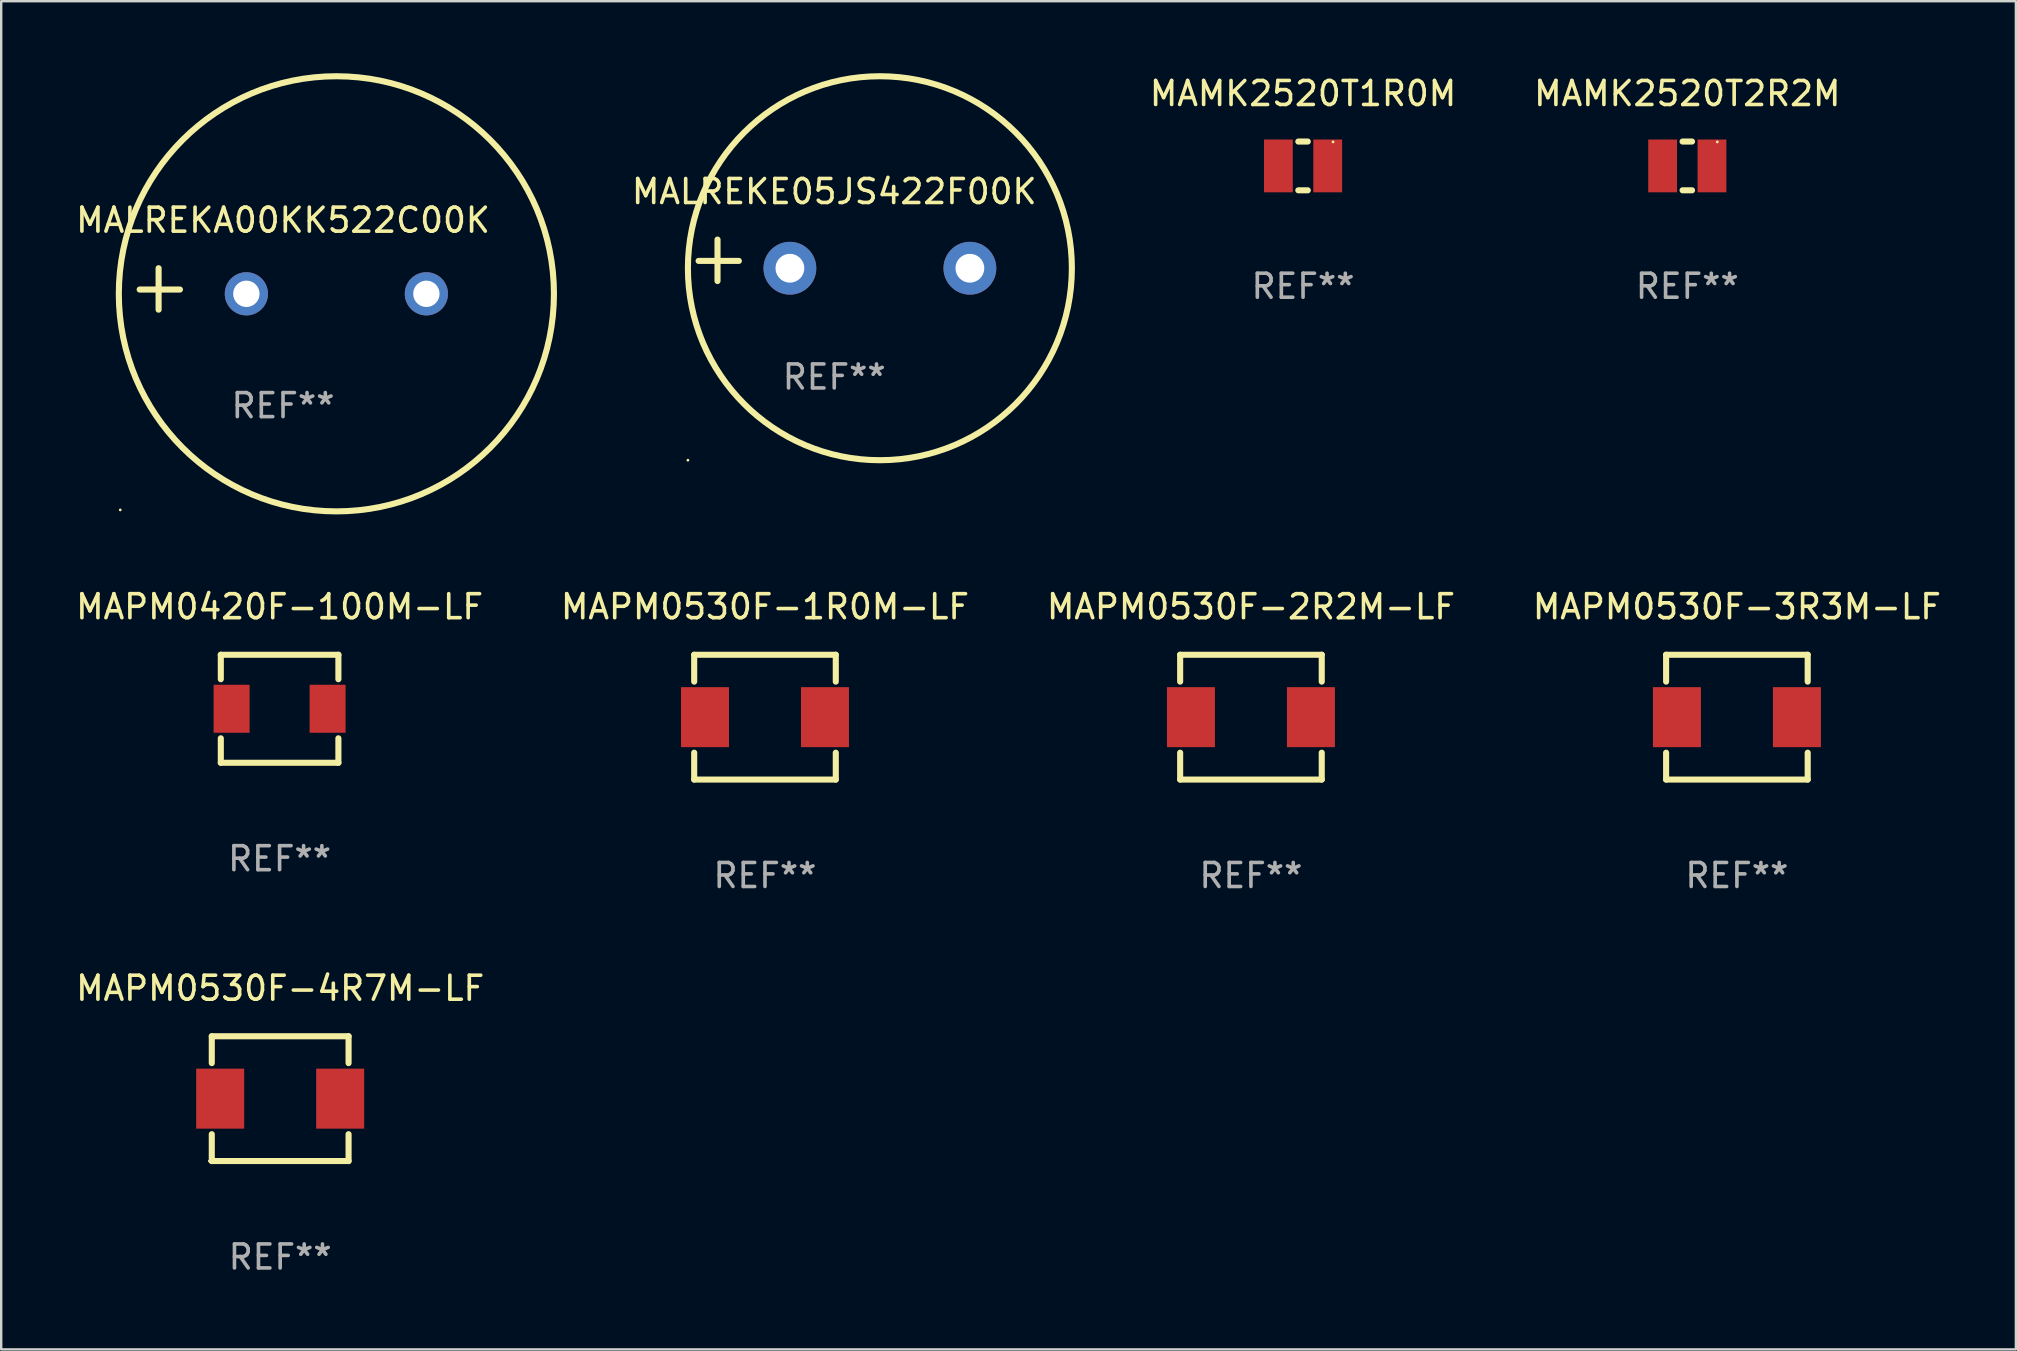
<source format=kicad_pcb>
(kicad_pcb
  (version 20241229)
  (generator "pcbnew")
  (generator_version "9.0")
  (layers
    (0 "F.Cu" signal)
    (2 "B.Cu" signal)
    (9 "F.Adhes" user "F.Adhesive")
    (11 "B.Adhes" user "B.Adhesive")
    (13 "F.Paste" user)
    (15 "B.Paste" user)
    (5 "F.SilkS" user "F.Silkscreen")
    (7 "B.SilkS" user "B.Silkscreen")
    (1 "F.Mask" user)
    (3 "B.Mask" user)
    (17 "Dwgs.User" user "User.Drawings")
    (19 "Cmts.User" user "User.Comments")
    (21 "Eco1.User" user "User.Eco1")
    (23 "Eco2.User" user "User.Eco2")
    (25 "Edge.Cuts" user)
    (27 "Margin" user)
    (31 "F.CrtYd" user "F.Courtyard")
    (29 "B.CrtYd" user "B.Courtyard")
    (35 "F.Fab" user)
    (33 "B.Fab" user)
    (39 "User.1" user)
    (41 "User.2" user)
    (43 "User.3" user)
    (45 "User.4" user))
  (footprint "MAPM0530F-3R3M-LF"
    (layer "F.Cu")
    (at 69.327 26.834)
    (property "Reference" "MAPM0530F-3R3M-LF" (at 0 -4.6 0) (layer "F.SilkS") (effects (font (size 1 1) (thickness 0.15))))
    (attr through_hole)
    (fp_line (start -2.95 -2.6) (end -2.95 -1.481) (stroke (width 0.254) (type solid)) (layer "F.SilkS"))
    (fp_line (start -2.95 -2.6) (end 2.95 -2.6) (stroke (width 0.254) (type solid)) (layer "F.SilkS"))
    (fp_line (start -2.95 1.481) (end -2.95 2.6) (stroke (width 0.254) (type solid)) (layer "F.SilkS"))
    (fp_line (start -2.95 2.6) (end 2.95 2.6) (stroke (width 0.254) (type solid)) (layer "F.SilkS"))
    (fp_line (start 2.95 -2.6) (end 2.95 -1.481) (stroke (width 0.254) (type solid)) (layer "F.SilkS"))
    (fp_line (start 2.95 1.481) (end 2.95 2.6) (stroke (width 0.254) (type solid)) (layer "F.SilkS"))
    (fp_circle (center -2.95 2.6) (end -2.92 2.6) (stroke (width 0.06) (type solid)) (fill no) (layer "F.SilkS"))
    (fp_text user "REF**" (at 0 6.6 0) (layer "F.Fab") (effects (font (size 1 1) (thickness 0.15))))
    (pad "1" smd rect (at -2.5 0 180) (size 2 2.5) (layers "F.Cu" "F.Mask" "F.Paste"))
    (pad "2" smd rect (at 2.5 0 180) (size 2 2.5) (layers "F.Cu" "F.Mask" "F.Paste")))
  (footprint "MAMK2520T2R2M"
    (layer "F.Cu")
    (at 67.26 3.864)
    (property "Reference" "MAMK2520T2R2M" (at 0 -3.016 0) (layer "F.SilkS") (effects (font (size 1 1) (thickness 0.15))))
    (attr through_hole)
    (fp_line (start -0.197 1.016) (end 0.197 1.016) (stroke (width 0.254) (type solid)) (layer "F.SilkS"))
    (fp_line (start 0.197 -1.016) (end -0.197 -1.016) (stroke (width 0.254) (type solid)) (layer "F.SilkS"))
    (fp_circle (center 1.25 -1) (end 1.28 -1) (stroke (width 0.06) (type solid)) (fill no) (layer "F.SilkS"))
    (fp_text user "REF**" (at 0 5.016 0) (layer "F.Fab") (effects (font (size 1 1) (thickness 0.15))))
    (pad "1" smd rect (at 1.028 0) (size 1.2 2.2) (layers "F.Cu" "F.Mask" "F.Paste"))
    (pad "2" smd rect (at -1.028 0) (size 1.2 2.2) (layers "F.Cu" "F.Mask" "F.Paste")))
  (footprint "MAPM0530F-4R7M-LF"
    (layer "F.Cu")
    (at 8.625 42.731)
    (property "Reference" "MAPM0530F-4R7M-LF" (at 0 -4.6 0) (layer "F.SilkS") (effects (font (size 1 1) (thickness 0.15))))
    (attr through_hole)
    (fp_line (start -2.85 -2.6) (end -2.85 -1.481) (stroke (width 0.254) (type solid)) (layer "F.SilkS"))
    (fp_line (start -2.85 1.481) (end -2.85 2.6) (stroke (width 0.254) (type solid)) (layer "F.SilkS"))
    (fp_line (start -2.85 2.6) (end 2.85 2.6) (stroke (width 0.254) (type solid)) (layer "F.SilkS"))
    (fp_line (start 2.85 -2.6) (end -2.85 -2.6) (stroke (width 0.254) (type solid)) (layer "F.SilkS"))
    (fp_line (start 2.85 -1.481) (end 2.85 -2.6) (stroke (width 0.254) (type solid)) (layer "F.SilkS"))
    (fp_line (start 2.85 2.6) (end 2.85 1.481) (stroke (width 0.254) (type solid)) (layer "F.SilkS"))
    (fp_circle (center -2.95 2.6) (end -2.92 2.6) (stroke (width 0.06) (type solid)) (fill no) (layer "F.SilkS"))
    (fp_text user "REF**" (at 0 6.6 0) (layer "F.Fab") (effects (font (size 1 1) (thickness 0.15))))
    (pad "1" smd rect (at -2.5 0) (size 2 2.5) (layers "F.Cu" "F.Mask" "F.Paste"))
    (pad "2" smd rect (at 2.5 0) (size 2 2.5) (layers "F.Cu" "F.Mask" "F.Paste")))
  (footprint "MALREKE05JS422F00K"
    (layer "F.Cu")
    (at 31.713 7.797)
    (property "Reference" "MALREKE05JS422F00K" (at 0 -2.864 0) (layer "F.SilkS") (effects (font (size 1 1) (thickness 0.15))))
    (attr through_hole)
    (fp_line (start -4.864 0.864) (end -4.864 -0.864) (stroke (width 0.254) (type solid)) (layer "F.SilkS"))
    (fp_line (start -3.975 0.025) (end -5.652 0.025) (stroke (width 0.254) (type solid)) (layer "F.SilkS"))
    (fp_circle (center -6.098 8.33) (end -6.068 8.33) (stroke (width 0.06) (type solid)) (fill no) (layer "F.SilkS"))
    (fp_circle (center 1.902 0.33) (end 9.902 0.33) (stroke (width 0.254) (type solid)) (fill no) (layer "F.SilkS"))
    (fp_text user "REF**" (at 0 4.864 0) (layer "F.Fab") (effects (font (size 1 1) (thickness 0.15))))
    (pad "1" thru_hole circle (at -1.848 0.33) (size 2.2 2.2) (drill 1.2) (layers "*.Cu" "*.Mask"))
    (pad "2" thru_hole circle (at 5.652 0.33) (size 2.2 2.2) (drill 1.2) (layers "*.Cu" "*.Mask")))
  (footprint "MAPM0530F-1R0M-LF"
    (layer "F.Cu")
    (at 28.827 26.834)
    (property "Reference" "MAPM0530F-1R0M-LF" (at 0 -4.6 0) (layer "F.SilkS") (effects (font (size 1 1) (thickness 0.15))))
    (attr through_hole)
    (fp_line (start -2.95 -2.6) (end -2.95 -1.481) (stroke (width 0.254) (type solid)) (layer "F.SilkS"))
    (fp_line (start -2.95 -2.6) (end 2.95 -2.6) (stroke (width 0.254) (type solid)) (layer "F.SilkS"))
    (fp_line (start -2.95 1.481) (end -2.95 2.6) (stroke (width 0.254) (type solid)) (layer "F.SilkS"))
    (fp_line (start -2.95 2.6) (end 2.95 2.6) (stroke (width 0.254) (type solid)) (layer "F.SilkS"))
    (fp_line (start 2.95 -2.6) (end 2.95 -1.481) (stroke (width 0.254) (type solid)) (layer "F.SilkS"))
    (fp_line (start 2.95 1.481) (end 2.95 2.6) (stroke (width 0.254) (type solid)) (layer "F.SilkS"))
    (fp_circle (center -2.95 2.6) (end -2.92 2.6) (stroke (width 0.06) (type solid)) (fill no) (layer "F.SilkS"))
    (fp_text user "REF**" (at 0 6.6 0) (layer "F.Fab") (effects (font (size 1 1) (thickness 0.15))))
    (pad "1" smd rect (at -2.5 0 180) (size 2 2.5) (layers "F.Cu" "F.Mask" "F.Paste"))
    (pad "2" smd rect (at 2.5 0 180) (size 2 2.5) (layers "F.Cu" "F.Mask" "F.Paste")))
  (footprint "MAMK2520T1R0M"
    (layer "F.Cu")
    (at 51.248 3.864)
    (property "Reference" "MAMK2520T1R0M" (at 0 -3.016 0) (layer "F.SilkS") (effects (font (size 1 1) (thickness 0.15))))
    (attr through_hole)
    (fp_line (start -0.197 1.016) (end 0.197 1.016) (stroke (width 0.254) (type solid)) (layer "F.SilkS"))
    (fp_line (start 0.197 -1.016) (end -0.197 -1.016) (stroke (width 0.254) (type solid)) (layer "F.SilkS"))
    (fp_circle (center 1.25 -1) (end 1.28 -1) (stroke (width 0.06) (type solid)) (fill no) (layer "F.SilkS"))
    (fp_text user "REF**" (at 0 5.016 0) (layer "F.Fab") (effects (font (size 1 1) (thickness 0.15))))
    (pad "1" smd rect (at 1.028 0) (size 1.2 2.2) (layers "F.Cu" "F.Mask" "F.Paste"))
    (pad "2" smd rect (at -1.028 0) (size 1.2 2.2) (layers "F.Cu" "F.Mask" "F.Paste")))
  (footprint "MAPM0530F-2R2M-LF"
    (layer "F.Cu")
    (at 49.077 26.834)
    (property "Reference" "MAPM0530F-2R2M-LF" (at 0 -4.6 0) (layer "F.SilkS") (effects (font (size 1 1) (thickness 0.15))))
    (attr through_hole)
    (fp_line (start -2.95 -2.6) (end -2.95 -1.481) (stroke (width 0.254) (type solid)) (layer "F.SilkS"))
    (fp_line (start -2.95 -2.6) (end 2.95 -2.6) (stroke (width 0.254) (type solid)) (layer "F.SilkS"))
    (fp_line (start -2.95 1.481) (end -2.95 2.6) (stroke (width 0.254) (type solid)) (layer "F.SilkS"))
    (fp_line (start -2.95 2.6) (end 2.95 2.6) (stroke (width 0.254) (type solid)) (layer "F.SilkS"))
    (fp_line (start 2.95 -2.6) (end 2.95 -1.481) (stroke (width 0.254) (type solid)) (layer "F.SilkS"))
    (fp_line (start 2.95 1.481) (end 2.95 2.6) (stroke (width 0.254) (type solid)) (layer "F.SilkS"))
    (fp_circle (center -2.95 2.6) (end -2.92 2.6) (stroke (width 0.06) (type solid)) (fill no) (layer "F.SilkS"))
    (fp_text user "REF**" (at 0 6.6 0) (layer "F.Fab") (effects (font (size 1 1) (thickness 0.15))))
    (pad "1" smd rect (at -2.5 0 180) (size 2 2.5) (layers "F.Cu" "F.Mask" "F.Paste"))
    (pad "2" smd rect (at 2.5 0 180) (size 2 2.5) (layers "F.Cu" "F.Mask" "F.Paste")))
  (footprint "MALREKA00KK522C00K"
    (layer "F.Cu")
    (at 8.744 8.99)
    (property "Reference" "MALREKA00KK522C00K" (at 0 -2.864 0) (layer "F.SilkS") (effects (font (size 1 1) (thickness 0.15))))
    (attr through_hole)
    (fp_line (start -5.185 0.864) (end -5.185 -0.864) (stroke (width 0.254) (type solid)) (layer "F.SilkS"))
    (fp_line (start -4.296 0.025) (end -5.973 0.025) (stroke (width 0.254) (type solid)) (layer "F.SilkS"))
    (fp_circle (center -6.783 9.208) (end -6.753 9.208) (stroke (width 0.06) (type solid)) (fill no) (layer "F.SilkS"))
    (fp_circle (center 2.223 0.203) (end 11.289 0.203) (stroke (width 0.254) (type solid)) (fill no) (layer "F.SilkS"))
    (fp_text user "REF**" (at 0 4.864 0) (layer "F.Fab") (effects (font (size 1 1) (thickness 0.15))))
    (pad "1" thru_hole circle (at -1.528 0.203) (size 1.8 1.8) (drill 1.1) (layers "*.Cu" "*.Mask"))
    (pad "2" thru_hole circle (at 5.973 0.203) (size 1.8 1.8) (drill 1.1) (layers "*.Cu" "*.Mask")))
  (footprint "MAPM0420F-100M-LF"
    (layer "F.Cu")
    (at 8.601 26.484)
    (property "Reference" "MAPM0420F-100M-LF" (at 0 -4.25 0) (layer "F.SilkS") (effects (font (size 1 1) (thickness 0.15))))
    (attr through_hole)
    (fp_line (start -2.45 -2.25) (end -2.45 -1.231) (stroke (width 0.254) (type solid)) (layer "F.SilkS"))
    (fp_line (start -2.45 -2.25) (end 2.45 -2.25) (stroke (width 0.254) (type solid)) (layer "F.SilkS"))
    (fp_line (start -2.45 1.231) (end -2.45 2.25) (stroke (width 0.254) (type solid)) (layer "F.SilkS"))
    (fp_line (start -2.45 2.25) (end 2.45 2.25) (stroke (width 0.254) (type solid)) (layer "F.SilkS"))
    (fp_line (start 2.45 -2.25) (end 2.45 -1.231) (stroke (width 0.254) (type solid)) (layer "F.SilkS"))
    (fp_line (start 2.45 1.231) (end 2.45 2.25) (stroke (width 0.254) (type solid)) (layer "F.SilkS"))
    (fp_circle (center -2.45 2.25) (end -2.42 2.25) (stroke (width 0.06) (type solid)) (fill no) (layer "F.SilkS"))
    (fp_text user "REF**" (at 0 6.25 0) (layer "F.Fab") (effects (font (size 1 1) (thickness 0.15))))
    (pad "1" smd rect (at -2 0 90) (size 2 1.5) (layers "F.Cu" "F.Mask" "F.Paste"))
    (pad "2" smd rect (at 2 0 90) (size 2 1.5) (layers "F.Cu" "F.Mask" "F.Paste")))
  (gr_rect
    (start -3 -3)
    (end 80.952 53.179)
    (stroke (width 0.1) (type default))
    (fill no)
    (layer "Edge.Cuts")))
</source>
